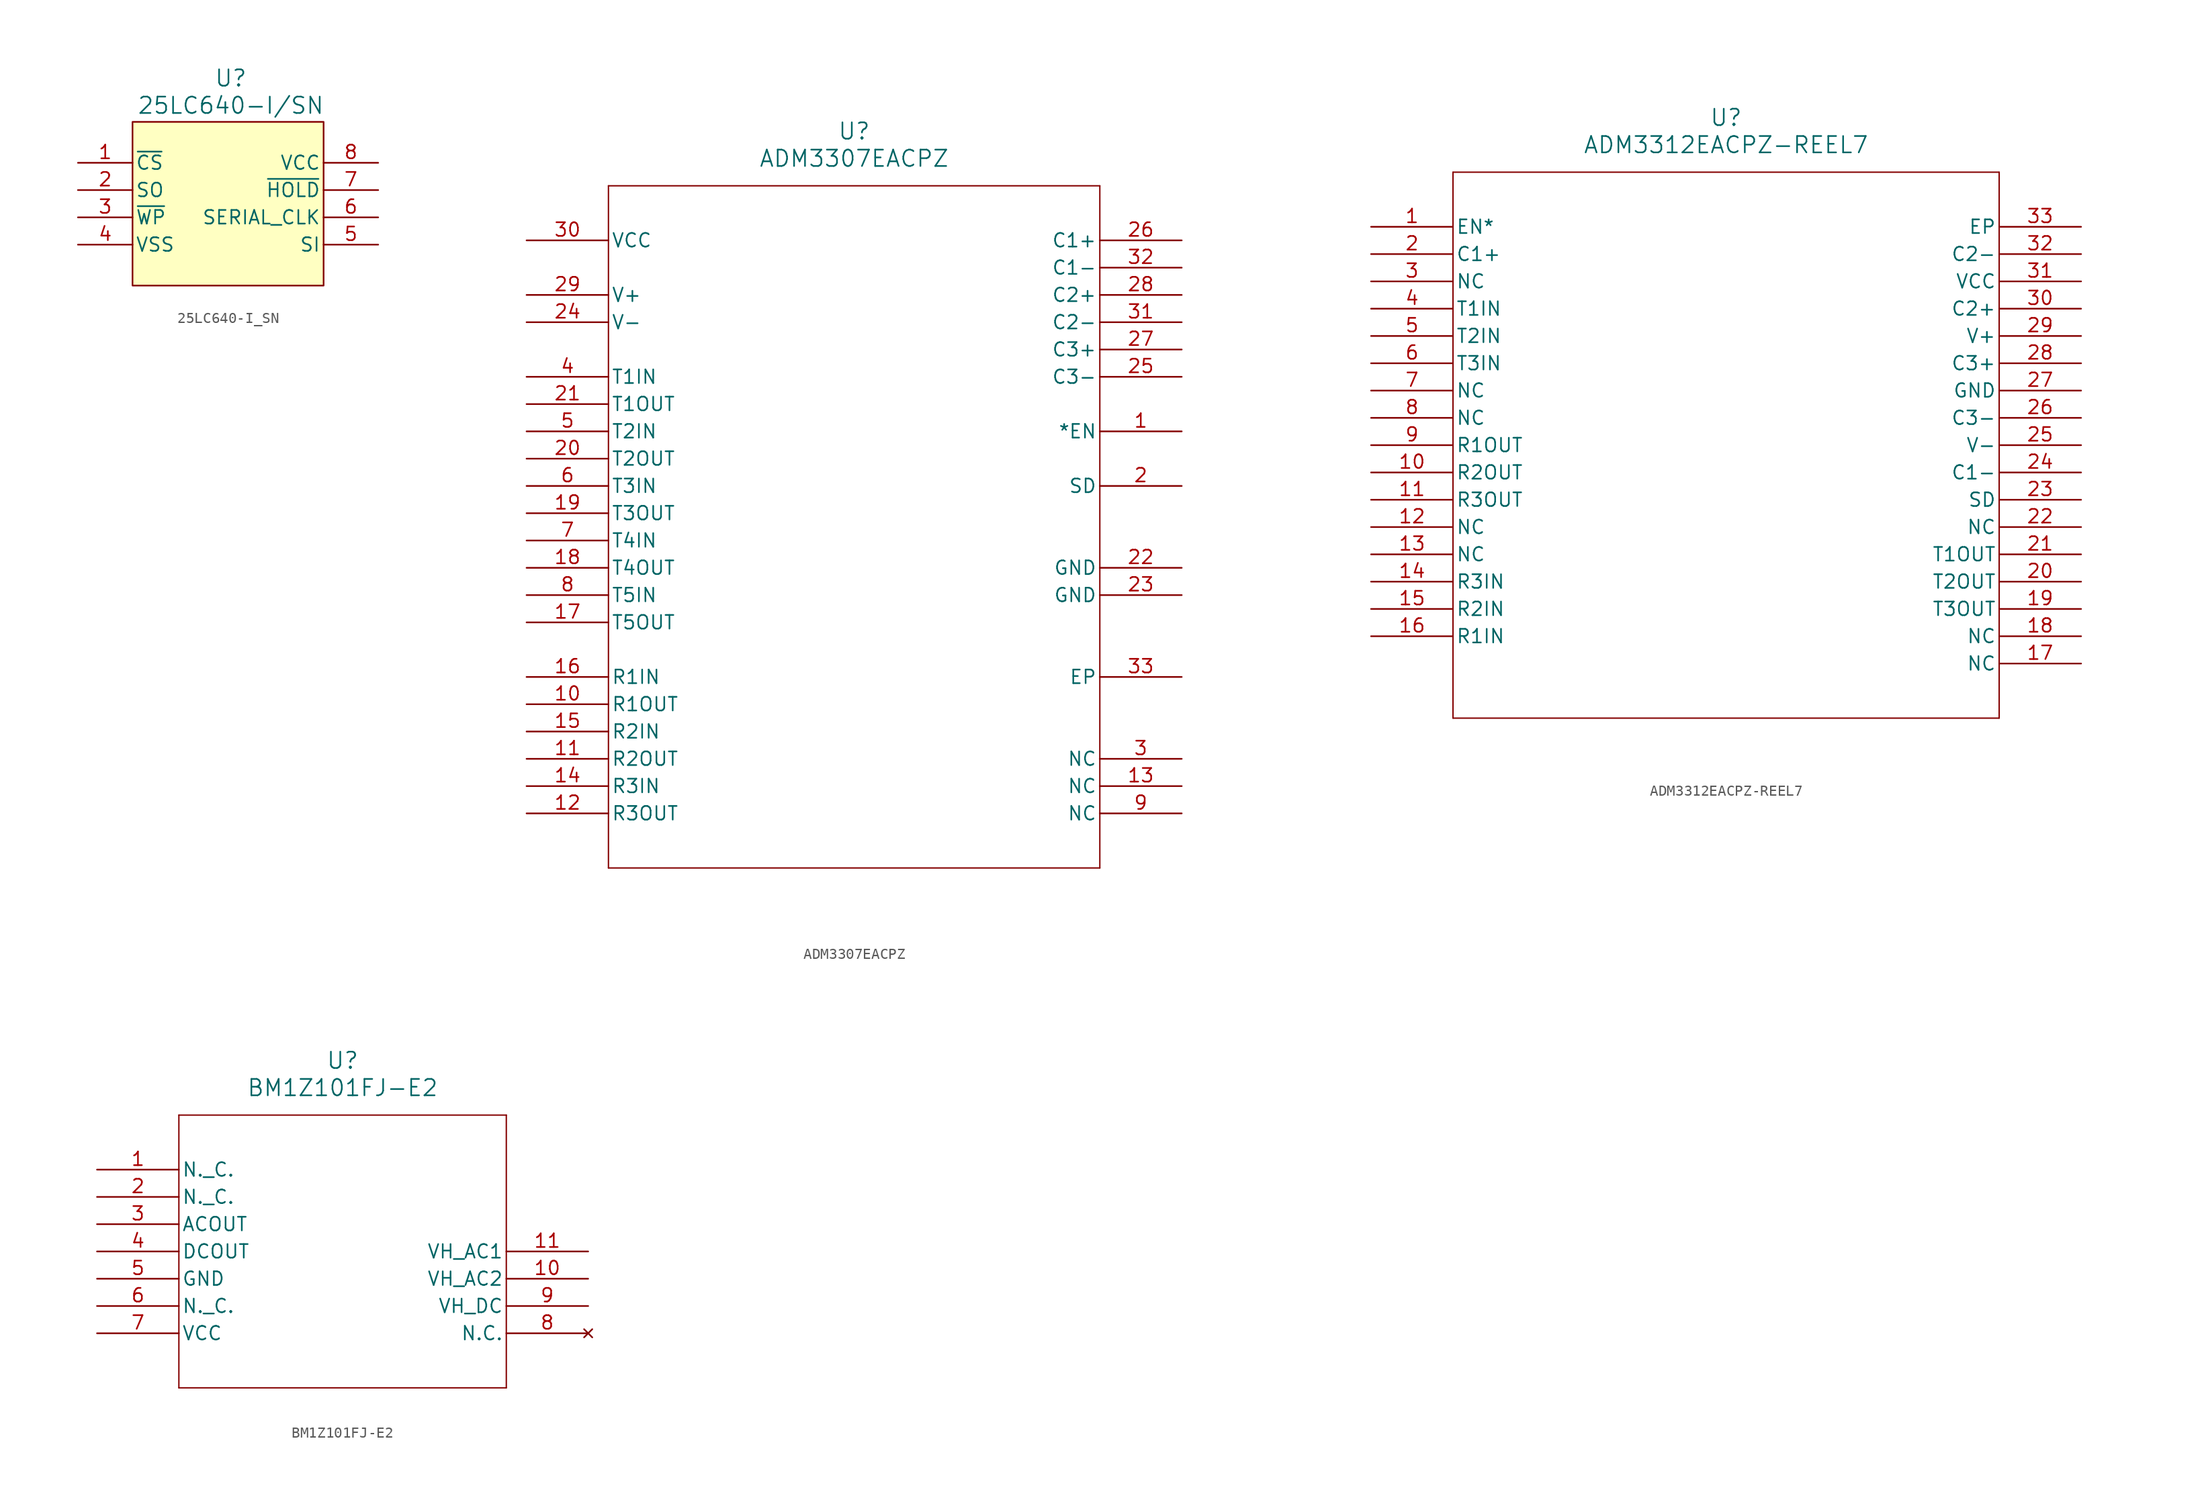
<source format=kicad_sym>
(kicad_symbol_lib
  (version 20231120)
  (generator "kicad_symbol_editor")
  (generator_version "8.0")
  (symbol "25LC640-I_SN"
    (pin_names
      (offset 0.254))
    (property "Reference" "U"
      (at 14.224 7.874 0)
      (effects (font (size 1.524 1.524))))
    (property "Value" "25LC640-I/SN"
      (at 14.224 5.334 0)
      (effects (font (size 1.524 1.524))))
    (symbol "25LC640-I_SN_0_1"
      (pin unspecified line (at 0 -2.54 0) (length 5.08) (name "SO" (effects (font (size 1.27 1.27)))) (number "2" (effects (font (size 1.27 1.27)))))
      (pin unspecified line (at 0 -7.62 0) (length 5.08) (name "VSS" (effects (font (size 1.27 1.27)))) (number "4" (effects (font (size 1.27 1.27)))))
      (pin unspecified line (at 27.94 -7.62 180) (length 5.08) (name "SI" (effects (font (size 1.27 1.27)))) (number "5" (effects (font (size 1.27 1.27)))))
      (pin unspecified line (at 27.94 -5.08 180) (length 5.08) (name "SERIAL_CLK" (effects (font (size 1.27 1.27)))) (number "6" (effects (font (size 1.27 1.27)))))
      (pin unspecified line (at 27.94 0 180) (length 5.08) (name "VCC" (effects (font (size 1.27 1.27)))) (number "8" (effects (font (size 1.27 1.27))))))
    (symbol "25LC640-I_SN_1_1"
      (rectangle (start 5.08 3.81) (end 22.86 -11.43) (stroke (width 0) (type default)) (fill (type background)))
      (pin unspecified line (at 0 0 0) (length 5.08) (name "~{CS}" (effects (font (size 1.27 1.27)))) (number "1" (effects (font (size 1.27 1.27)))))
      (pin unspecified line (at 0 -5.08 0) (length 5.08) (name "~{WP}" (effects (font (size 1.27 1.27)))) (number "3" (effects (font (size 1.27 1.27)))))
      (pin unspecified line (at 27.94 -2.54 180) (length 5.08) (name "~{HOLD}" (effects (font (size 1.27 1.27)))) (number "7" (effects (font (size 1.27 1.27)))))))
  (symbol "ADM3307EACPZ"
    (pin_names
      (offset 0.254))
    (property "Reference" "U"
      (at 30.48 10.16 0)
      (effects (font (size 1.524 1.524))))
    (property "Value" "ADM3307EACPZ"
      (at 30.48 7.62 0)
      (effects (font (size 1.524 1.524))))
    (property "ki_locked" ""
      (at 0 0 0)
      (effects (font (size 1.27 1.27))))
    (symbol "ADM3307EACPZ_0_1"
      (polyline (pts (xy 7.62 -58.42) (xy 53.34 -58.42)) (stroke (width 0.127) (type default)) (fill (type none)))
      (polyline (pts (xy 7.62 5.08) (xy 7.62 -58.42)) (stroke (width 0.127) (type default)) (fill (type none)))
      (polyline (pts (xy 53.34 -58.42) (xy 53.34 5.08)) (stroke (width 0.127) (type default)) (fill (type none)))
      (polyline (pts (xy 53.34 5.08) (xy 7.62 5.08)) (stroke (width 0.127) (type default)) (fill (type none)))
      (pin unspecified line (at 60.96 -17.78 180) (length 7.62) (name "*EN" (effects (font (size 1.27 1.27)))) (number "1" (effects (font (size 1.27 1.27)))))
      (pin unspecified line (at 0 -43.18 0) (length 7.62) (name "R1OUT" (effects (font (size 1.27 1.27)))) (number "10" (effects (font (size 1.27 1.27)))))
      (pin unspecified line (at 0 -48.26 0) (length 7.62) (name "R2OUT" (effects (font (size 1.27 1.27)))) (number "11" (effects (font (size 1.27 1.27)))))
      (pin unspecified line (at 0 -53.34 0) (length 7.62) (name "R3OUT" (effects (font (size 1.27 1.27)))) (number "12" (effects (font (size 1.27 1.27)))))
      (pin unspecified line (at 60.96 -50.8 180) (length 7.62) (name "NC" (effects (font (size 1.27 1.27)))) (number "13" (effects (font (size 1.27 1.27)))))
      (pin unspecified line (at 0 -50.8 0) (length 7.62) (name "R3IN" (effects (font (size 1.27 1.27)))) (number "14" (effects (font (size 1.27 1.27)))))
      (pin unspecified line (at 0 -45.72 0) (length 7.62) (name "R2IN" (effects (font (size 1.27 1.27)))) (number "15" (effects (font (size 1.27 1.27)))))
      (pin unspecified line (at 0 -40.64 0) (length 7.62) (name "R1IN" (effects (font (size 1.27 1.27)))) (number "16" (effects (font (size 1.27 1.27)))))
      (pin unspecified line (at 0 -35.56 0) (length 7.62) (name "T5OUT" (effects (font (size 1.27 1.27)))) (number "17" (effects (font (size 1.27 1.27)))))
      (pin unspecified line (at 0 -30.48 0) (length 7.62) (name "T4OUT" (effects (font (size 1.27 1.27)))) (number "18" (effects (font (size 1.27 1.27)))))
      (pin unspecified line (at 0 -25.4 0) (length 7.62) (name "T3OUT" (effects (font (size 1.27 1.27)))) (number "19" (effects (font (size 1.27 1.27)))))
      (pin unspecified line (at 60.96 -22.86 180) (length 7.62) (name "SD" (effects (font (size 1.27 1.27)))) (number "2" (effects (font (size 1.27 1.27)))))
      (pin unspecified line (at 0 -20.32 0) (length 7.62) (name "T2OUT" (effects (font (size 1.27 1.27)))) (number "20" (effects (font (size 1.27 1.27)))))
      (pin unspecified line (at 0 -15.24 0) (length 7.62) (name "T1OUT" (effects (font (size 1.27 1.27)))) (number "21" (effects (font (size 1.27 1.27)))))
      (pin unspecified line (at 60.96 -30.48 180) (length 7.62) (name "GND" (effects (font (size 1.27 1.27)))) (number "22" (effects (font (size 1.27 1.27)))))
      (pin unspecified line (at 60.96 -33.02 180) (length 7.62) (name "GND" (effects (font (size 1.27 1.27)))) (number "23" (effects (font (size 1.27 1.27)))))
      (pin unspecified line (at 0 -7.62 0) (length 7.62) (name "V-" (effects (font (size 1.27 1.27)))) (number "24" (effects (font (size 1.27 1.27)))))
      (pin unspecified line (at 60.96 -12.7 180) (length 7.62) (name "C3-" (effects (font (size 1.27 1.27)))) (number "25" (effects (font (size 1.27 1.27)))))
      (pin unspecified line (at 60.96 0 180) (length 7.62) (name "C1+" (effects (font (size 1.27 1.27)))) (number "26" (effects (font (size 1.27 1.27)))))
      (pin unspecified line (at 60.96 -10.16 180) (length 7.62) (name "C3+" (effects (font (size 1.27 1.27)))) (number "27" (effects (font (size 1.27 1.27)))))
      (pin unspecified line (at 60.96 -5.08 180) (length 7.62) (name "C2+" (effects (font (size 1.27 1.27)))) (number "28" (effects (font (size 1.27 1.27)))))
      (pin unspecified line (at 0 -5.08 0) (length 7.62) (name "V+" (effects (font (size 1.27 1.27)))) (number "29" (effects (font (size 1.27 1.27)))))
      (pin unspecified line (at 60.96 -48.26 180) (length 7.62) (name "NC" (effects (font (size 1.27 1.27)))) (number "3" (effects (font (size 1.27 1.27)))))
      (pin unspecified line (at 0 0 0) (length 7.62) (name "VCC" (effects (font (size 1.27 1.27)))) (number "30" (effects (font (size 1.27 1.27)))))
      (pin unspecified line (at 60.96 -7.62 180) (length 7.62) (name "C2-" (effects (font (size 1.27 1.27)))) (number "31" (effects (font (size 1.27 1.27)))))
      (pin unspecified line (at 60.96 -2.54 180) (length 7.62) (name "C1-" (effects (font (size 1.27 1.27)))) (number "32" (effects (font (size 1.27 1.27)))))
      (pin unspecified line (at 60.96 -40.64 180) (length 7.62) (name "EP" (effects (font (size 1.27 1.27)))) (number "33" (effects (font (size 1.27 1.27)))))
      (pin unspecified line (at 0 -12.7 0) (length 7.62) (name "T1IN" (effects (font (size 1.27 1.27)))) (number "4" (effects (font (size 1.27 1.27)))))
      (pin unspecified line (at 0 -17.78 0) (length 7.62) (name "T2IN" (effects (font (size 1.27 1.27)))) (number "5" (effects (font (size 1.27 1.27)))))
      (pin unspecified line (at 0 -22.86 0) (length 7.62) (name "T3IN" (effects (font (size 1.27 1.27)))) (number "6" (effects (font (size 1.27 1.27)))))
      (pin unspecified line (at 0 -27.94 0) (length 7.62) (name "T4IN" (effects (font (size 1.27 1.27)))) (number "7" (effects (font (size 1.27 1.27)))))
      (pin unspecified line (at 0 -33.02 0) (length 7.62) (name "T5IN" (effects (font (size 1.27 1.27)))) (number "8" (effects (font (size 1.27 1.27)))))
      (pin unspecified line (at 60.96 -53.34 180) (length 7.62) (name "NC" (effects (font (size 1.27 1.27)))) (number "9" (effects (font (size 1.27 1.27)))))))
  (symbol "ADM3312EACPZ-REEL7"
    (pin_names
      (offset 0.254))
    (property "Reference" "U"
      (at 33.02 10.16 0)
      (effects (font (size 1.524 1.524))))
    (property "Value" "ADM3312EACPZ-REEL7"
      (at 33.02 7.62 0)
      (effects (font (size 1.524 1.524))))
    (property "ki_locked" ""
      (at 0 0 0)
      (effects (font (size 1.27 1.27))))
    (symbol "ADM3312EACPZ-REEL7_0_1"
      (polyline (pts (xy 7.62 -45.72) (xy 58.42 -45.72)) (stroke (width 0.127) (type default)) (fill (type none)))
      (polyline (pts (xy 7.62 5.08) (xy 7.62 -45.72)) (stroke (width 0.127) (type default)) (fill (type none)))
      (polyline (pts (xy 58.42 -45.72) (xy 58.42 5.08)) (stroke (width 0.127) (type default)) (fill (type none)))
      (polyline (pts (xy 58.42 5.08) (xy 7.62 5.08)) (stroke (width 0.127) (type default)) (fill (type none)))
      (pin unspecified line (at 0 0 0) (length 7.62) (name "EN*" (effects (font (size 1.27 1.27)))) (number "1" (effects (font (size 1.27 1.27)))))
      (pin unspecified line (at 0 -22.86 0) (length 7.62) (name "R2OUT" (effects (font (size 1.27 1.27)))) (number "10" (effects (font (size 1.27 1.27)))))
      (pin unspecified line (at 0 -25.4 0) (length 7.62) (name "R3OUT" (effects (font (size 1.27 1.27)))) (number "11" (effects (font (size 1.27 1.27)))))
      (pin unspecified line (at 0 -27.94 0) (length 7.62) (name "NC" (effects (font (size 1.27 1.27)))) (number "12" (effects (font (size 1.27 1.27)))))
      (pin unspecified line (at 0 -30.48 0) (length 7.62) (name "NC" (effects (font (size 1.27 1.27)))) (number "13" (effects (font (size 1.27 1.27)))))
      (pin unspecified line (at 0 -33.02 0) (length 7.62) (name "R3IN" (effects (font (size 1.27 1.27)))) (number "14" (effects (font (size 1.27 1.27)))))
      (pin unspecified line (at 0 -35.56 0) (length 7.62) (name "R2IN" (effects (font (size 1.27 1.27)))) (number "15" (effects (font (size 1.27 1.27)))))
      (pin unspecified line (at 0 -38.1 0) (length 7.62) (name "R1IN" (effects (font (size 1.27 1.27)))) (number "16" (effects (font (size 1.27 1.27)))))
      (pin unspecified line (at 66.04 -40.64 180) (length 7.62) (name "NC" (effects (font (size 1.27 1.27)))) (number "17" (effects (font (size 1.27 1.27)))))
      (pin unspecified line (at 66.04 -38.1 180) (length 7.62) (name "NC" (effects (font (size 1.27 1.27)))) (number "18" (effects (font (size 1.27 1.27)))))
      (pin unspecified line (at 66.04 -35.56 180) (length 7.62) (name "T3OUT" (effects (font (size 1.27 1.27)))) (number "19" (effects (font (size 1.27 1.27)))))
      (pin unspecified line (at 0 -2.54 0) (length 7.62) (name "C1+" (effects (font (size 1.27 1.27)))) (number "2" (effects (font (size 1.27 1.27)))))
      (pin unspecified line (at 66.04 -33.02 180) (length 7.62) (name "T2OUT" (effects (font (size 1.27 1.27)))) (number "20" (effects (font (size 1.27 1.27)))))
      (pin unspecified line (at 66.04 -30.48 180) (length 7.62) (name "T1OUT" (effects (font (size 1.27 1.27)))) (number "21" (effects (font (size 1.27 1.27)))))
      (pin unspecified line (at 66.04 -27.94 180) (length 7.62) (name "NC" (effects (font (size 1.27 1.27)))) (number "22" (effects (font (size 1.27 1.27)))))
      (pin unspecified line (at 66.04 -25.4 180) (length 7.62) (name "SD" (effects (font (size 1.27 1.27)))) (number "23" (effects (font (size 1.27 1.27)))))
      (pin unspecified line (at 66.04 -22.86 180) (length 7.62) (name "C1-" (effects (font (size 1.27 1.27)))) (number "24" (effects (font (size 1.27 1.27)))))
      (pin power_in line (at 66.04 -20.32 180) (length 7.62) (name "V-" (effects (font (size 1.27 1.27)))) (number "25" (effects (font (size 1.27 1.27)))))
      (pin unspecified line (at 66.04 -17.78 180) (length 7.62) (name "C3-" (effects (font (size 1.27 1.27)))) (number "26" (effects (font (size 1.27 1.27)))))
      (pin unspecified line (at 66.04 -15.24 180) (length 7.62) (name "GND" (effects (font (size 1.27 1.27)))) (number "27" (effects (font (size 1.27 1.27)))))
      (pin unspecified line (at 66.04 -12.7 180) (length 7.62) (name "C3+" (effects (font (size 1.27 1.27)))) (number "28" (effects (font (size 1.27 1.27)))))
      (pin power_in line (at 66.04 -10.16 180) (length 7.62) (name "V+" (effects (font (size 1.27 1.27)))) (number "29" (effects (font (size 1.27 1.27)))))
      (pin unspecified line (at 0 -5.08 0) (length 7.62) (name "NC" (effects (font (size 1.27 1.27)))) (number "3" (effects (font (size 1.27 1.27)))))
      (pin unspecified line (at 66.04 -7.62 180) (length 7.62) (name "C2+" (effects (font (size 1.27 1.27)))) (number "30" (effects (font (size 1.27 1.27)))))
      (pin power_in line (at 66.04 -5.08 180) (length 7.62) (name "VCC" (effects (font (size 1.27 1.27)))) (number "31" (effects (font (size 1.27 1.27)))))
      (pin unspecified line (at 66.04 -2.54 180) (length 7.62) (name "C2-" (effects (font (size 1.27 1.27)))) (number "32" (effects (font (size 1.27 1.27)))))
      (pin unspecified line (at 66.04 0 180) (length 7.62) (name "EP" (effects (font (size 1.27 1.27)))) (number "33" (effects (font (size 1.27 1.27)))))
      (pin unspecified line (at 0 -7.62 0) (length 7.62) (name "T1IN" (effects (font (size 1.27 1.27)))) (number "4" (effects (font (size 1.27 1.27)))))
      (pin unspecified line (at 0 -10.16 0) (length 7.62) (name "T2IN" (effects (font (size 1.27 1.27)))) (number "5" (effects (font (size 1.27 1.27)))))
      (pin unspecified line (at 0 -12.7 0) (length 7.62) (name "T3IN" (effects (font (size 1.27 1.27)))) (number "6" (effects (font (size 1.27 1.27)))))
      (pin unspecified line (at 0 -15.24 0) (length 7.62) (name "NC" (effects (font (size 1.27 1.27)))) (number "7" (effects (font (size 1.27 1.27)))))
      (pin unspecified line (at 0 -17.78 0) (length 7.62) (name "NC" (effects (font (size 1.27 1.27)))) (number "8" (effects (font (size 1.27 1.27)))))
      (pin unspecified line (at 0 -20.32 0) (length 7.62) (name "R1OUT" (effects (font (size 1.27 1.27)))) (number "9" (effects (font (size 1.27 1.27)))))))
  (symbol "BM1Z101FJ-E2"
    (pin_names
      (offset 0.254))
    (property "Reference" "U"
      (at 22.86 10.16 0)
      (effects (font (size 1.524 1.524))))
    (property "Value" "BM1Z101FJ-E2"
      (at 22.86 7.62 0)
      (effects (font (size 1.524 1.524))))
    (property "ki_locked" ""
      (at 0 0 0)
      (effects (font (size 1.27 1.27))))
    (symbol "BM1Z101FJ-E2_0_1"
      (polyline (pts (xy 7.62 -20.32) (xy 38.1 -20.32)) (stroke (width 0.127) (type default)) (fill (type none)))
      (polyline (pts (xy 7.62 5.08) (xy 7.62 -20.32)) (stroke (width 0.127) (type default)) (fill (type none)))
      (polyline (pts (xy 38.1 -20.32) (xy 38.1 5.08)) (stroke (width 0.127) (type default)) (fill (type none)))
      (polyline (pts (xy 38.1 5.08) (xy 7.62 5.08)) (stroke (width 0.127) (type default)) (fill (type none)))
      (pin bidirectional line (at 0 0 0) (length 7.62) (name "N._C." (effects (font (size 1.27 1.27)))) (number "1" (effects (font (size 1.27 1.27)))))
      (pin bidirectional line (at 45.72 -10.16 180) (length 7.62) (name "VH_AC2" (effects (font (size 1.27 1.27)))) (number "10" (effects (font (size 1.27 1.27)))))
      (pin bidirectional line (at 45.72 -7.62 180) (length 7.62) (name "VH_AC1" (effects (font (size 1.27 1.27)))) (number "11" (effects (font (size 1.27 1.27)))))
      (pin bidirectional line (at 0 -2.54 0) (length 7.62) (name "N._C." (effects (font (size 1.27 1.27)))) (number "2" (effects (font (size 1.27 1.27)))))
      (pin output line (at 0 -5.08 0) (length 7.62) (name "ACOUT" (effects (font (size 1.27 1.27)))) (number "3" (effects (font (size 1.27 1.27)))))
      (pin output line (at 0 -7.62 0) (length 7.62) (name "DCOUT" (effects (font (size 1.27 1.27)))) (number "4" (effects (font (size 1.27 1.27)))))
      (pin power_out line (at 0 -10.16 0) (length 7.62) (name "GND" (effects (font (size 1.27 1.27)))) (number "5" (effects (font (size 1.27 1.27)))))
      (pin bidirectional line (at 0 -12.7 0) (length 7.62) (name "N._C." (effects (font (size 1.27 1.27)))) (number "6" (effects (font (size 1.27 1.27)))))
      (pin power_in line (at 0 -15.24 0) (length 7.62) (name "VCC" (effects (font (size 1.27 1.27)))) (number "7" (effects (font (size 1.27 1.27)))))
      (pin no_connect line (at 45.72 -15.24 180) (length 7.62) (name "N.C." (effects (font (size 1.27 1.27)))) (number "8" (effects (font (size 1.27 1.27)))))
      (pin unspecified line (at 45.72 -12.7 180) (length 7.62) (name "VH_DC" (effects (font (size 1.27 1.27)))) (number "9" (effects (font (size 1.27 1.27))))))))
</source>
